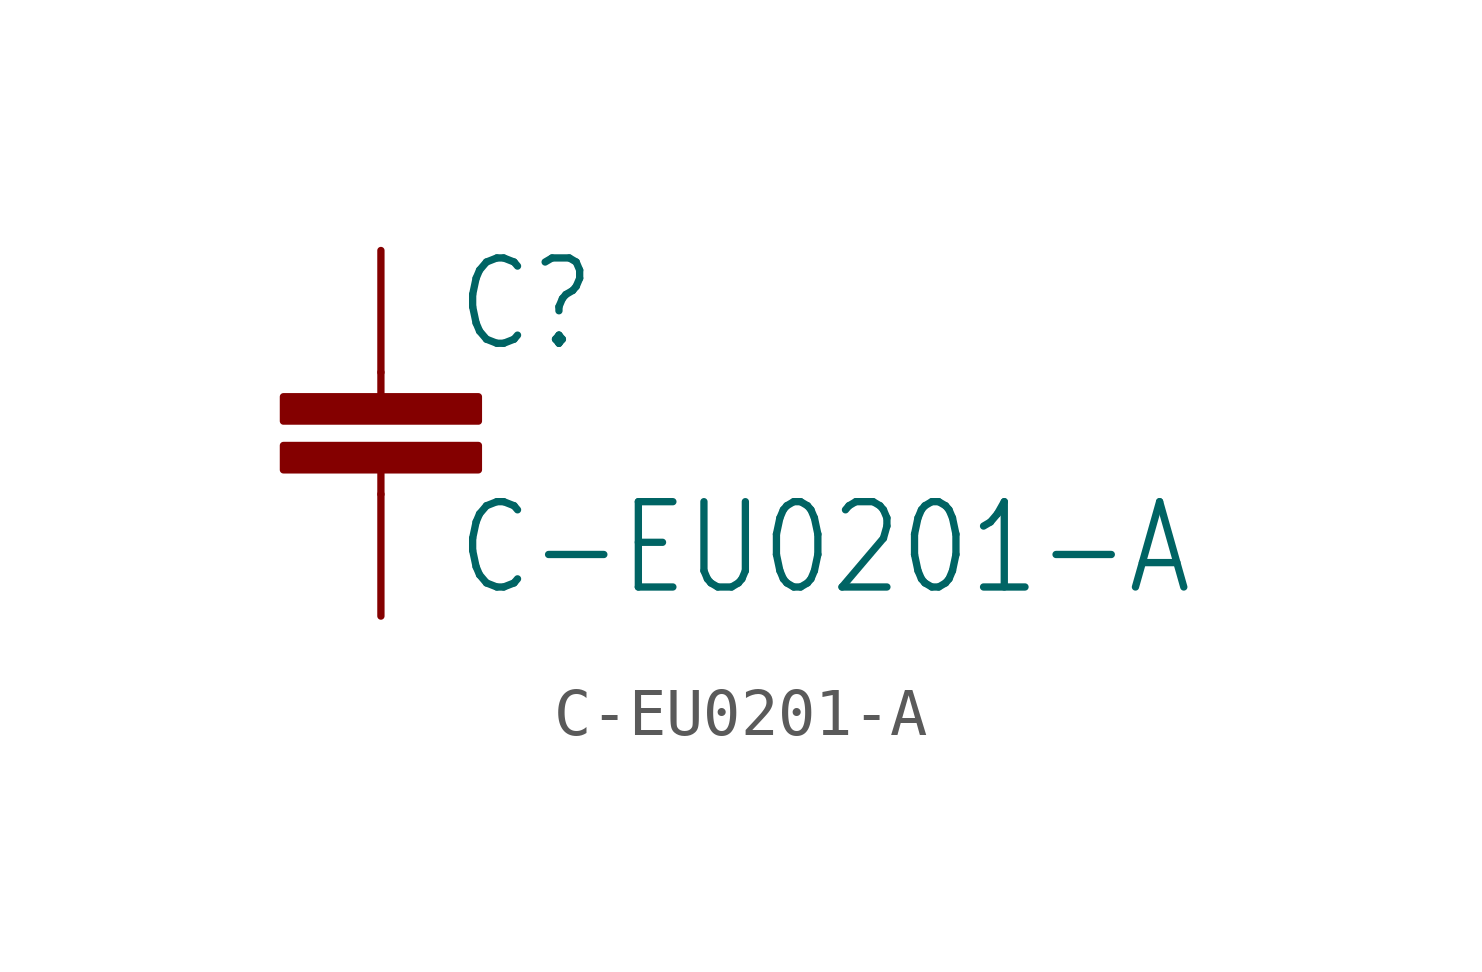
<source format=kicad_sym>
(kicad_symbol_lib
  (version 20201005)
  (generator kicad_symbol_editor)
  (symbol "pirt:C-EU0201-A"
    (property "Reference" "C"
      (at 1.524 0.381 0)
      (effects (font (size 1.778 1.511)) (justify left bottom)))
    (property "Value" "C-EU0201-A"
      (at 1.524 -4.699 0)
      (effects (font (size 1.778 1.511)) (justify left bottom)))
    (property "ki_locked" ""
      (at 0 0 0)
      (effects (font (size 1.27 1.27))))
    (symbol "C-EU0201-A_1_0"
      (rectangle (start -2.032 -2.032) (end 2.032 -1.524) (stroke (width 0)) (fill (type outline)))
      (rectangle (start -2.032 -1.016) (end 2.032 -0.508) (stroke (width 0)) (fill (type outline)))
      (polyline (pts (xy 0 -2.54) (xy 0 -2.032)) (stroke (width 0.152)) (fill (type none)))
      (polyline (pts (xy 0 0) (xy 0 -0.508)) (stroke (width 0.152)) (fill (type none)))
      (pin passive line (at 0 2.54 270) (length 2.54) (name "1" (effects (font (size 0 0)))) (number "1" (effects (font (size 0 0)))))
      (pin passive line (at 0 -5.08 90) (length 2.54) (name "2" (effects (font (size 0 0)))) (number "2" (effects (font (size 0 0))))))))
</source>
